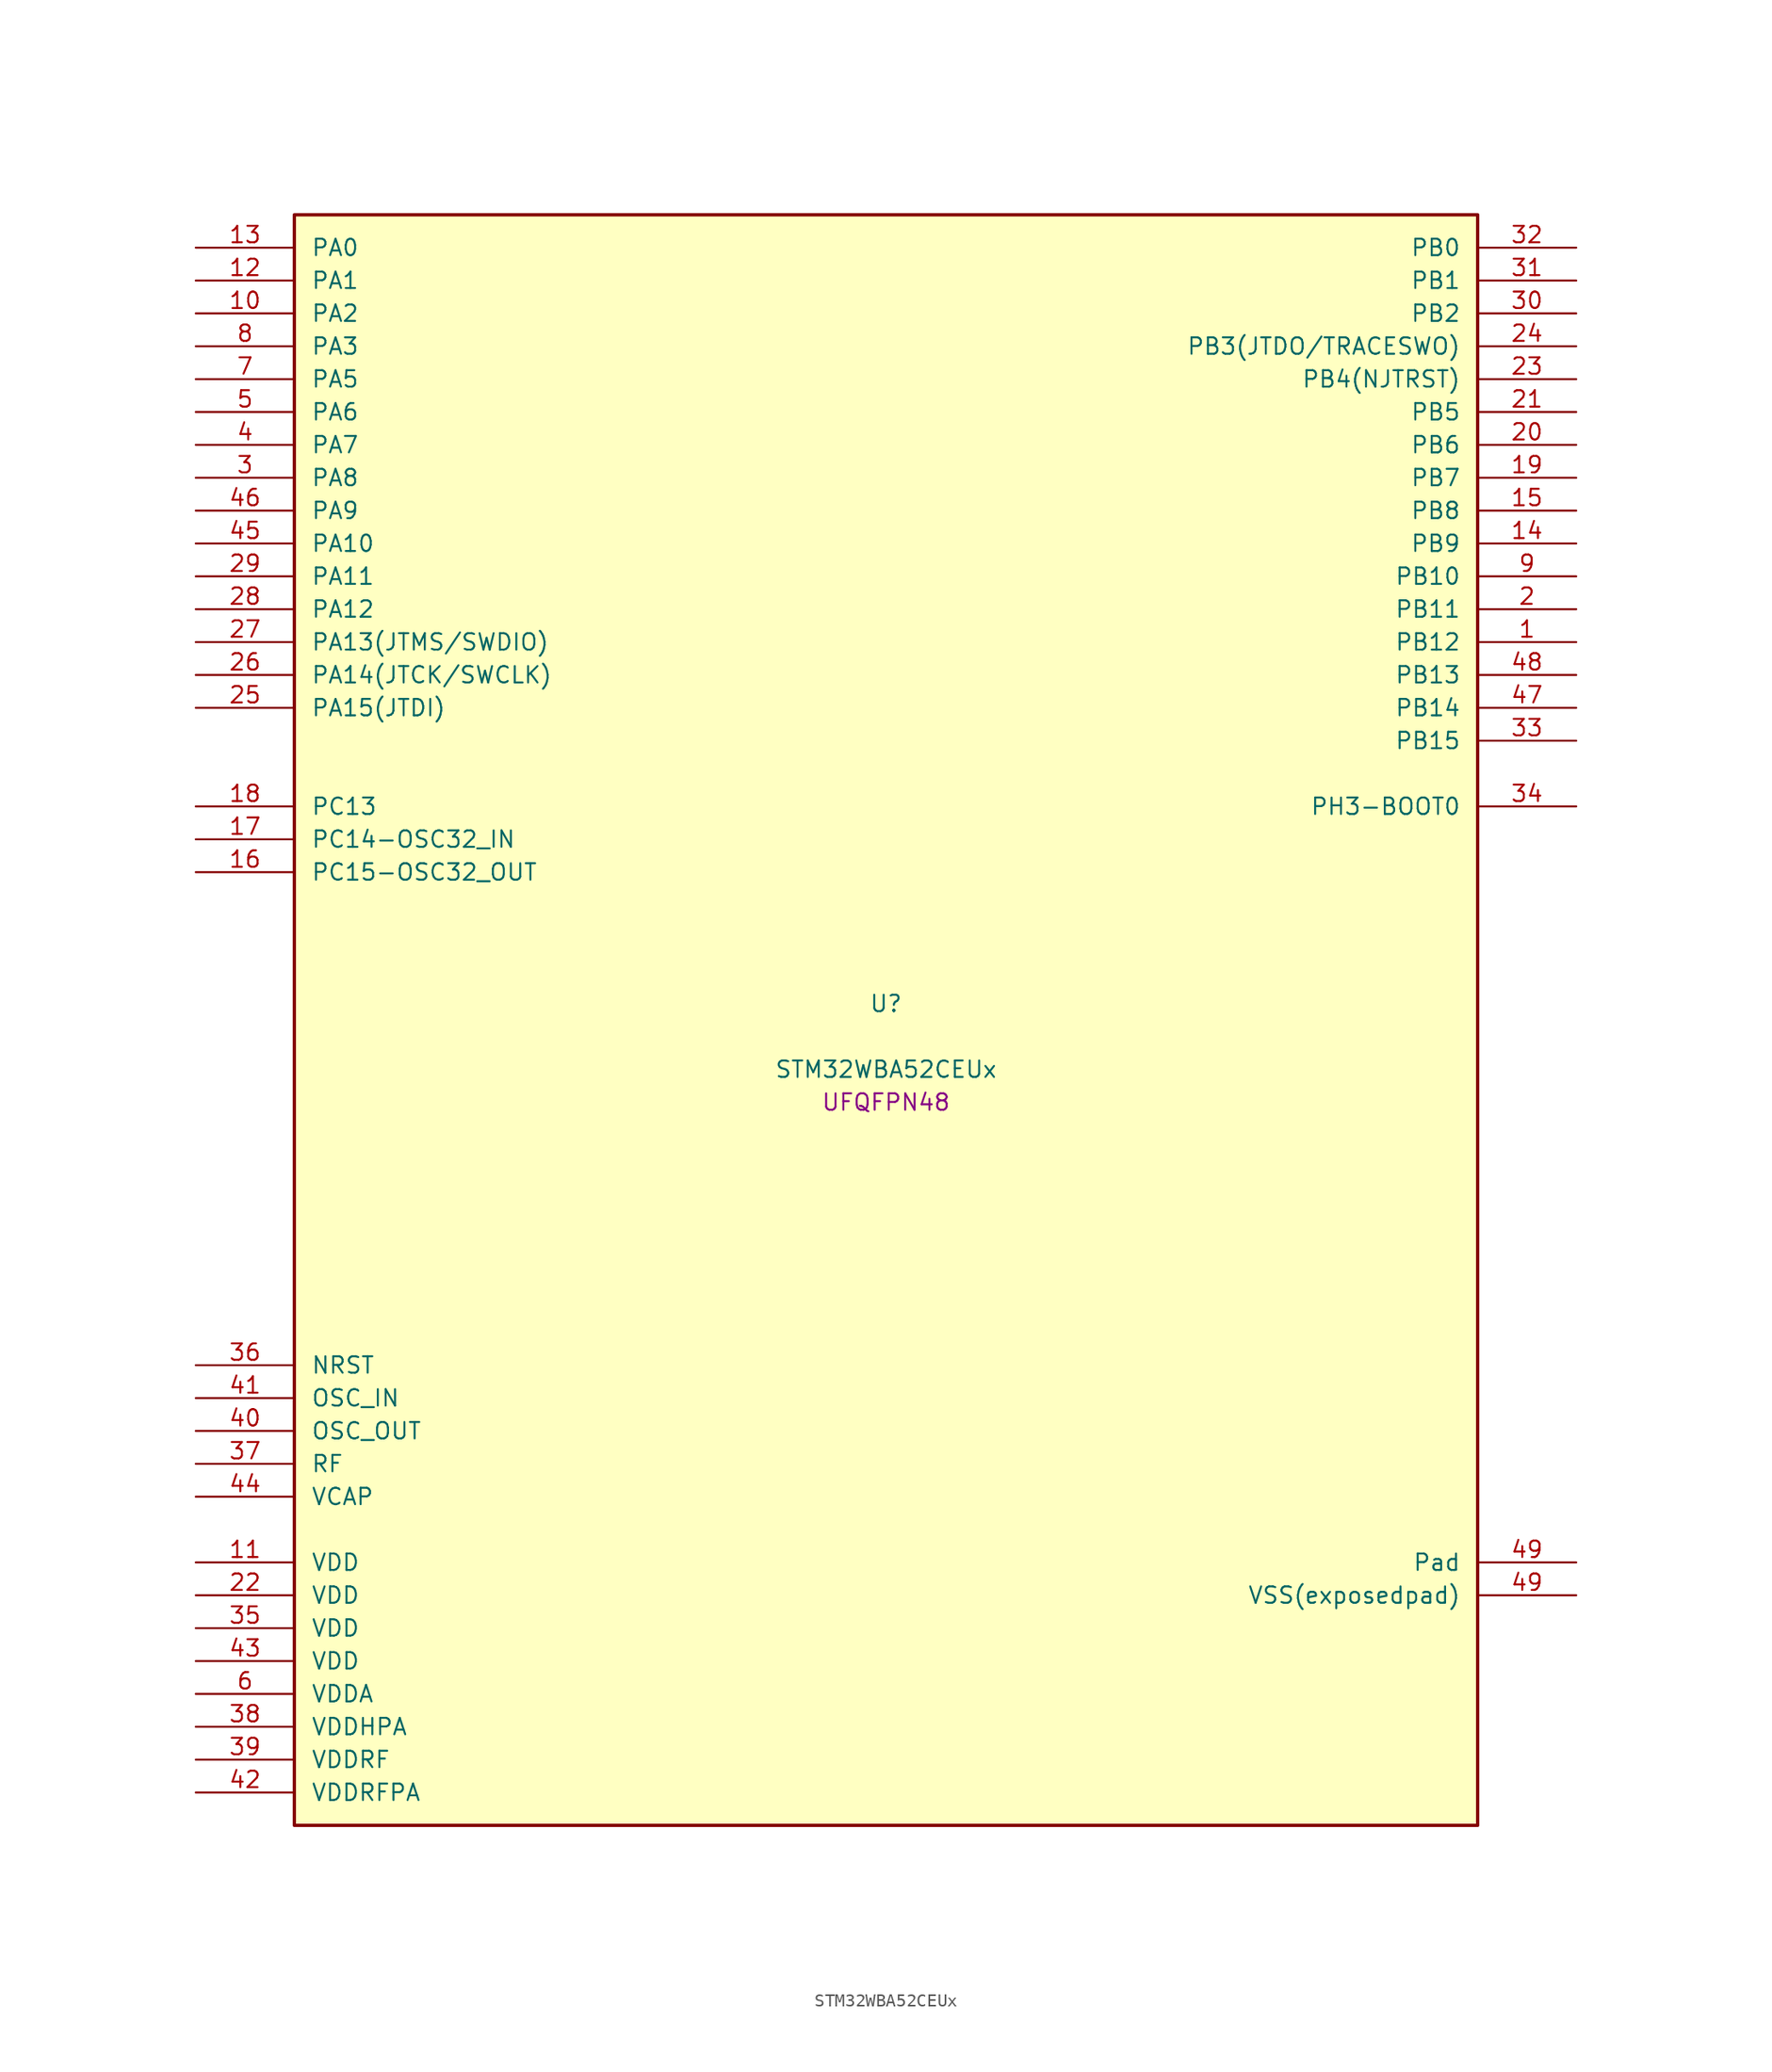
<source format=kicad_sym>
(kicad_symbol_lib
  (version 20241209)
  (generator "stm32_pkl_generator")
  (generator_version "1.0")
  (symbol "STM32WBA52CEUx"
    (pin_names
      (offset 1.27))
    (property "Reference" "U"
      (at 0 2.54 0))
    (property "Value" "STM32WBA52CEUx"
      (at 0 -2.54 0))
    (property "Footprint" "UFQFPN48"
      (at 0 -5.08 0))
    (symbol "STM32WBA52CEUx_1_1"
      (rectangle (start -45.72 63.5) (end 45.72 -60.96) (stroke (width 0.254) (type solid)) (fill (type background)))
      (pin bidirectional line (at -53.34 60.96 0) (length 7.62) (name "PA0") (number "13") (alternate "PA0/ADC4_IN9" bidirectional line) (alternate "PA0/LPTIM1_IN1" bidirectional line) (alternate "PA0/LPUART1_CTS" bidirectional line) (alternate "PA0/PWR_WKUP1" bidirectional line) (alternate "PA0/SPI3_SCK" bidirectional line) (alternate "PA0/TIM1_CH2N" bidirectional line) (alternate "PA0/TIM3_CH3" bidirectional line) (alternate "PA0/TIM3_ETR" bidirectional line) (alternate "PA0/TSC_G2_IO2" bidirectional line))
      (pin bidirectional line (at -53.34 58.42 0) (length 7.62) (name "PA1") (number "12") (alternate "PA1/ADC4_IN8" bidirectional line) (alternate "PA1/LPTIM2_CH2" bidirectional line) (alternate "PA1/LPUART1_RX" bidirectional line) (alternate "PA1/PWR_WKUP3" bidirectional line) (alternate "PA1/SPI1_RDY" bidirectional line) (alternate "PA1/TIM17_CH1" bidirectional line) (alternate "PA1/TIM1_CH1N" bidirectional line) (alternate "PA1/TIM3_CH2" bidirectional line) (alternate "PA1/TSC_G2_IO1" bidirectional line) (alternate "PA1/USART1_CK" bidirectional line))
      (pin bidirectional line (at -53.34 55.88 0) (length 7.62) (name "PA2") (number "10") (alternate "PA2/ADC4_IN7" bidirectional line) (alternate "PA2/LPUART1_TX" bidirectional line) (alternate "PA2/PWR_WKUP4" bidirectional line) (alternate "PA2/RCC_LSCO" bidirectional line) (alternate "PA2/TIM16_CH1" bidirectional line) (alternate "PA2/TIM1_BKIN" bidirectional line) (alternate "PA2/TIM3_CH1" bidirectional line) (alternate "PA2/TSC_G4_IO4" bidirectional line) (alternate "PA2/USART1_DE" bidirectional line) (alternate "PA2/USART1_RTS" bidirectional line))
      (pin bidirectional line (at -53.34 53.34 0) (length 7.62) (name "PA3") (number "8") (alternate "PA3/ADC4_IN6" bidirectional line) (alternate "PA3/PWR_WKUP5" bidirectional line) (alternate "PA3/TIM16_CH1N" bidirectional line) (alternate "PA3/TSC_G4_IO2" bidirectional line) (alternate "PA3/USART1_DE" bidirectional line) (alternate "PA3/USART1_RTS" bidirectional line))
      (pin bidirectional line (at -53.34 50.8 0) (length 7.62) (name "PA5") (number "7") (alternate "PA5/ADC4_IN4" bidirectional line) (alternate "PA5/LPTIM2_ETR" bidirectional line) (alternate "PA5/PWR_CSLEEP" bidirectional line) (alternate "PA5/PWR_WKUP6" bidirectional line) (alternate "PA5/SPI3_NSS" bidirectional line) (alternate "PA5/TIM2_CH1" bidirectional line) (alternate "PA5/TIM2_ETR" bidirectional line) (alternate "PA5/TSC_G1_IO4" bidirectional line) (alternate "PA5/USART1_CK" bidirectional line))
      (pin bidirectional line (at -53.34 48.26 0) (length 7.62) (name "PA6") (number "5") (alternate "PA6/ADC4_IN3" bidirectional line) (alternate "PA6/I2C3_SCL" bidirectional line) (alternate "PA6/PWR_CSTOP" bidirectional line) (alternate "PA6/PWR_WKUP7" bidirectional line) (alternate "PA6/SPI3_RDY" bidirectional line) (alternate "PA6/TIM2_CH4" bidirectional line) (alternate "PA6/TSC_G1_IO3" bidirectional line) (alternate "PA6/USART1_DE" bidirectional line) (alternate "PA6/USART1_RTS" bidirectional line))
      (pin bidirectional line (at -53.34 45.72 0) (length 7.62) (name "PA7") (number "4") (alternate "PA7/ADC4_IN2" bidirectional line) (alternate "PA7/I2C3_SDA" bidirectional line) (alternate "PA7/PWR_WKUP8" bidirectional line) (alternate "PA7/TAMP_IN1" bidirectional line) (alternate "PA7/TAMP_OUT2" bidirectional line) (alternate "PA7/TIM2_CH3" bidirectional line) (alternate "PA7/TSC_G1_IO2" bidirectional line) (alternate "PA7/USART1_CTS" bidirectional line))
      (pin bidirectional line (at -53.34 43.18 0) (length 7.62) (name "PA8") (number "3") (alternate "PA8/ADC4_IN1" bidirectional line) (alternate "PA8/LPTIM1_CH2" bidirectional line) (alternate "PA8/RCC_MCO" bidirectional line) (alternate "PA8/SPI3_RDY" bidirectional line) (alternate "PA8/TIM2_CH2" bidirectional line) (alternate "PA8/TSC_G1_IO1" bidirectional line) (alternate "PA8/USART1_RX" bidirectional line))
      (pin bidirectional line (at -53.34 40.64 0) (length 7.62) (name "PA9") (number "46") (alternate "PA9/LPUART1_DE" bidirectional line) (alternate "PA9/LPUART1_RTS" bidirectional line) (alternate "PA9/TIM3_CH2" bidirectional line))
      (pin bidirectional line (at -53.34 38.1 0) (length 7.62) (name "PA10") (number "45") (alternate "PA10/LPUART1_RX" bidirectional line) (alternate "PA10/TIM3_CH1" bidirectional line))
      (pin bidirectional line (at -53.34 35.56 0) (length 7.62) (name "PA11") (number "29") (alternate "PA11/LPTIM2_CH1" bidirectional line) (alternate "PA11/RF_ANTSW1" bidirectional line) (alternate "PA11/TIM1_CH1" bidirectional line) (alternate "PA11/USART2_RX" bidirectional line))
      (pin bidirectional line (at -53.34 33.02 0) (length 7.62) (name "PA12") (number "28") (alternate "PA12/PWR_WKUP6" bidirectional line) (alternate "PA12/RF_ANTSW0" bidirectional line) (alternate "PA12/SPI1_NSS" bidirectional line) (alternate "PA12/TIM1_CH2" bidirectional line) (alternate "PA12/TSC_G3_IO4" bidirectional line) (alternate "PA12/USART2_TX" bidirectional line))
      (pin bidirectional line (at -53.34 30.48 0) (length 7.62) (name "PA13(JTMS/SWDIO)") (number "27") (alternate "PA13(JTMS/SWDIO)/DEBUG_JTMS-SWDIO" bidirectional line) (alternate "PA13(JTMS/SWDIO)/IR_OUT" bidirectional line))
      (pin bidirectional line (at -53.34 27.94 0) (length 7.62) (name "PA14(JTCK/SWCLK)") (number "26") (alternate "PA14(JTCK/SWCLK)/DEBUG_JTCK-SWCLK" bidirectional line) (alternate "PA14(JTCK/SWCLK)/TAMP_IN3" bidirectional line) (alternate "PA14(JTCK/SWCLK)/TAMP_OUT6" bidirectional line) (alternate "PA14(JTCK/SWCLK)/USART2_TX" bidirectional line))
      (pin bidirectional line (at -53.34 25.4 0) (length 7.62) (name "PA15(JTDI)") (number "25") (alternate "PA15(JTDI)/ADC4_EXTI15" bidirectional line) (alternate "PA15(JTDI)/DEBUG_JTDI" bidirectional line) (alternate "PA15(JTDI)/I2C1_SCL" bidirectional line) (alternate "PA15(JTDI)/LPTIM1_CH2" bidirectional line) (alternate "PA15(JTDI)/SPI1_MOSI" bidirectional line) (alternate "PA15(JTDI)/TIM17_BKIN" bidirectional line) (alternate "PA15(JTDI)/TIM1_ETR" bidirectional line) (alternate "PA15(JTDI)/TSC_G3_IO3" bidirectional line) (alternate "PA15(JTDI)/USART2_DE" bidirectional line) (alternate "PA15(JTDI)/USART2_RTS" bidirectional line))
      (pin bidirectional line (at 53.34 60.96 180) (length 7.62) (name "PB0") (number "32") (alternate "PB0/LPTIM2_IN2" bidirectional line) (alternate "PB0/TIM1_CH3N" bidirectional line) (alternate "PB0/USART2_TX" bidirectional line))
      (pin bidirectional line (at 53.34 58.42 180) (length 7.62) (name "PB1") (number "31") (alternate "PB1/I2C1_SDA" bidirectional line) (alternate "PB1/I2C3_SDA" bidirectional line) (alternate "PB1/PWR_WKUP4" bidirectional line) (alternate "PB1/TIM1_CH2N" bidirectional line) (alternate "PB1/USART2_DE" bidirectional line) (alternate "PB1/USART2_RTS" bidirectional line))
      (pin bidirectional line (at 53.34 55.88 180) (length 7.62) (name "PB2") (number "30") (alternate "PB2/I2C1_SCL" bidirectional line) (alternate "PB2/I2C3_SCL" bidirectional line) (alternate "PB2/PWR_WKUP1" bidirectional line) (alternate "PB2/RF_ANTSW2" bidirectional line) (alternate "PB2/RTC_OUT2" bidirectional line) (alternate "PB2/TIM1_CH1N" bidirectional line) (alternate "PB2/USART2_CTS" bidirectional line))
      (pin bidirectional line (at 53.34 53.34 180) (length 7.62) (name "PB3(JTDO/TRACESWO)") (number "24") (alternate "PB3(JTDO/TRACESWO)/DEBUG_JTDO-SWO" bidirectional line) (alternate "PB3(JTDO/TRACESWO)/I2C1_SDA" bidirectional line) (alternate "PB3(JTDO/TRACESWO)/LPTIM1_IN2" bidirectional line) (alternate "PB3(JTDO/TRACESWO)/SPI1_MISO" bidirectional line) (alternate "PB3(JTDO/TRACESWO)/TIM17_CH1N" bidirectional line) (alternate "PB3(JTDO/TRACESWO)/TIM1_CH4" bidirectional line) (alternate "PB3(JTDO/TRACESWO)/TSC_G3_IO2" bidirectional line) (alternate "PB3(JTDO/TRACESWO)/USART2_CK" bidirectional line))
      (pin bidirectional line (at 53.34 50.8 180) (length 7.62) (name "PB4(NJTRST)") (number "23") (alternate "PB4(NJTRST)/DEBUG_JTRST" bidirectional line) (alternate "PB4(NJTRST)/LPTIM2_IN2" bidirectional line) (alternate "PB4(NJTRST)/SPI1_SCK" bidirectional line) (alternate "PB4(NJTRST)/TIM17_CH1" bidirectional line) (alternate "PB4(NJTRST)/TIM1_CH3" bidirectional line) (alternate "PB4(NJTRST)/TSC_G3_IO1" bidirectional line) (alternate "PB4(NJTRST)/USART2_RX" bidirectional line))
      (pin bidirectional line (at 53.34 48.26 180) (length 7.62) (name "PB5") (number "21") (alternate "PB5/LPUART1_TX" bidirectional line) (alternate "PB5/TIM3_CH1" bidirectional line) (alternate "PB5/TSC_G5_IO4" bidirectional line))
      (pin bidirectional line (at 53.34 45.72 180) (length 7.62) (name "PB6") (number "20") (alternate "PB6/PWR_WKUP3" bidirectional line) (alternate "PB6/TIM2_CH1" bidirectional line) (alternate "PB6/TIM2_ETR" bidirectional line) (alternate "PB6/TSC_G5_IO3" bidirectional line))
      (pin bidirectional line (at 53.34 43.18 180) (length 7.62) (name "PB7") (number "19") (alternate "PB7/PWR_WKUP5" bidirectional line) (alternate "PB7/TAMP_IN5" bidirectional line) (alternate "PB7/TAMP_OUT4" bidirectional line) (alternate "PB7/TIM1_CH4N" bidirectional line) (alternate "PB7/TSC_G5_IO2" bidirectional line))
      (pin bidirectional line (at 53.34 40.64 180) (length 7.62) (name "PB8") (number "15") (alternate "PB8/LPTIM1_ETR" bidirectional line) (alternate "PB8/PWR_PVD_IN" bidirectional line) (alternate "PB8/SPI3_MOSI" bidirectional line) (alternate "PB8/TIM16_CH1N" bidirectional line) (alternate "PB8/TIM1_CH1" bidirectional line) (alternate "PB8/TIM3_ETR" bidirectional line) (alternate "PB8/TSC_G2_IO4" bidirectional line) (alternate "PB8/USART2_RX" bidirectional line))
      (pin bidirectional line (at 53.34 38.1 180) (length 7.62) (name "PB9") (number "14") (alternate "PB9/ADC4_IN10" bidirectional line) (alternate "PB9/IR_OUT" bidirectional line) (alternate "PB9/LPTIM2_IN1" bidirectional line) (alternate "PB9/LPUART1_DE" bidirectional line) (alternate "PB9/LPUART1_RTS" bidirectional line) (alternate "PB9/PWR_WKUP8" bidirectional line) (alternate "PB9/SPI3_MISO" bidirectional line) (alternate "PB9/TIM16_CH1" bidirectional line) (alternate "PB9/TIM1_CH3N" bidirectional line) (alternate "PB9/TIM3_CH4" bidirectional line) (alternate "PB9/TSC_G2_IO3" bidirectional line))
      (pin bidirectional line (at 53.34 35.56 180) (length 7.62) (name "PB10") (number "9") (alternate "PB10/TIM16_BKIN" bidirectional line) (alternate "PB10/TSC_G4_IO3" bidirectional line) (alternate "PB10/USART1_CK" bidirectional line))
      (pin bidirectional line (at 53.34 33.02 180) (length 7.62) (name "PB11") (number "2") (alternate "PB11/LPTIM1_CH1" bidirectional line) (alternate "PB11/LPTIM1_ETR" bidirectional line) (alternate "PB11/LPUART1_TX" bidirectional line))
      (pin bidirectional line (at 53.34 30.48 180) (length 7.62) (name "PB12") (number "1") (alternate "PB12/SPI1_RDY" bidirectional line) (alternate "PB12/TIM2_CH1" bidirectional line) (alternate "PB12/TIM2_ETR" bidirectional line) (alternate "PB12/TIM3_ETR" bidirectional line) (alternate "PB12/TSC_SYNC" bidirectional line) (alternate "PB12/USART1_TX" bidirectional line))
      (pin bidirectional line (at 53.34 27.94 180) (length 7.62) (name "PB13") (number "48") (alternate "PB13/TIM3_CH4" bidirectional line) (alternate "PB13/TSC_G6_IO2" bidirectional line))
      (pin bidirectional line (at 53.34 25.4 180) (length 7.62) (name "PB14") (number "47") (alternate "PB14/PWR_WKUP7" bidirectional line) (alternate "PB14/RTC_REFIN" bidirectional line) (alternate "PB14/TIM3_CH3" bidirectional line) (alternate "PB14/TSC_G6_IO1" bidirectional line) (alternate "PB14/USART1_TX" bidirectional line))
      (pin bidirectional line (at 53.34 22.86 180) (length 7.62) (name "PB15") (number "33") (alternate "PB15/ADC4_EXTI15" bidirectional line) (alternate "PB15/I2C1_SMBA" bidirectional line) (alternate "PB15/I2C3_SMBA" bidirectional line) (alternate "PB15/LPUART1_CTS" bidirectional line) (alternate "PB15/TIM16_BKIN" bidirectional line) (alternate "PB15/TIM1_BKIN2" bidirectional line) (alternate "PB15/USART2_CTS" bidirectional line))
      (pin bidirectional line (at -53.34 17.78 0) (length 7.62) (name "PC13") (number "18") (alternate "PC13/PWR_WKUP2" bidirectional line) (alternate "PC13/RTC_OUT1" bidirectional line) (alternate "PC13/RTC_TS" bidirectional line) (alternate "PC13/TAMP_IN4" bidirectional line) (alternate "PC13/TAMP_OUT5" bidirectional line) (alternate "PC13/TIM1_BKIN2" bidirectional line) (alternate "PC13/TSC_G5_IO1" bidirectional line))
      (pin bidirectional line (at -53.34 15.24 0) (length 7.62) (name "PC14-OSC32_IN") (number "17") (alternate "PC14-OSC32_IN/RCC_OSC32_IN" bidirectional line))
      (pin bidirectional line (at -53.34 12.7 0) (length 7.62) (name "PC15-OSC32_OUT") (number "16") (alternate "PC15-OSC32_OUT/ADC4_EXTI15" bidirectional line) (alternate "PC15-OSC32_OUT/RCC_OSC32_OUT" bidirectional line))
      (pin bidirectional line (at 53.34 17.78 180) (length 7.62) (name "PH3-BOOT0") (number "34") (alternate "PH3-BOOT0/TAMP_IN2" bidirectional line) (alternate "PH3-BOOT0/TAMP_OUT1" bidirectional line))
      (pin input line (at -53.34 -25.4 0) (length 7.62) (name "NRST") (number "36"))
      (pin bidirectional line (at -53.34 -27.94 0) (length 7.62) (name "OSC_IN") (number "41") (alternate "OSC_IN/RCC_OSC_IN" bidirectional line))
      (pin bidirectional line (at -53.34 -30.48 0) (length 7.62) (name "OSC_OUT") (number "40") (alternate "OSC_OUT/RCC_OSC_OUT" bidirectional line))
      (pin bidirectional line (at -53.34 -33.02 0) (length 7.62) (name "RF") (number "37"))
      (pin power_in line (at -53.34 -35.56 0) (length 7.62) (name "VCAP") (number "44"))
      (pin power_in line (at -53.34 -40.64 0) (length 7.62) (name "VDD") (number "11"))
      (pin power_in line (at -53.34 -43.18 0) (length 7.62) (name "VDD") (number "22"))
      (pin power_in line (at -53.34 -45.72 0) (length 7.62) (name "VDD") (number "35"))
      (pin power_in line (at -53.34 -48.26 0) (length 7.62) (name "VDD") (number "43"))
      (pin power_in line (at -53.34 -50.8 0) (length 7.62) (name "VDDA") (number "6"))
      (pin power_in line (at -53.34 -53.34 0) (length 7.62) (name "VDDHPA") (number "38"))
      (pin power_in line (at -53.34 -55.88 0) (length 7.62) (name "VDDRF") (number "39"))
      (pin power_in line (at -53.34 -58.42 0) (length 7.62) (name "VDDRFPA") (number "42"))
      (pin passive line (at 53.34 -40.64 180) (length 7.62) (name "Pad") (number "49"))
      (pin power_in line (at 53.34 -43.18 180) (length 7.62) (name "VSS(exposedpad)") (number "49")))))
</source>
